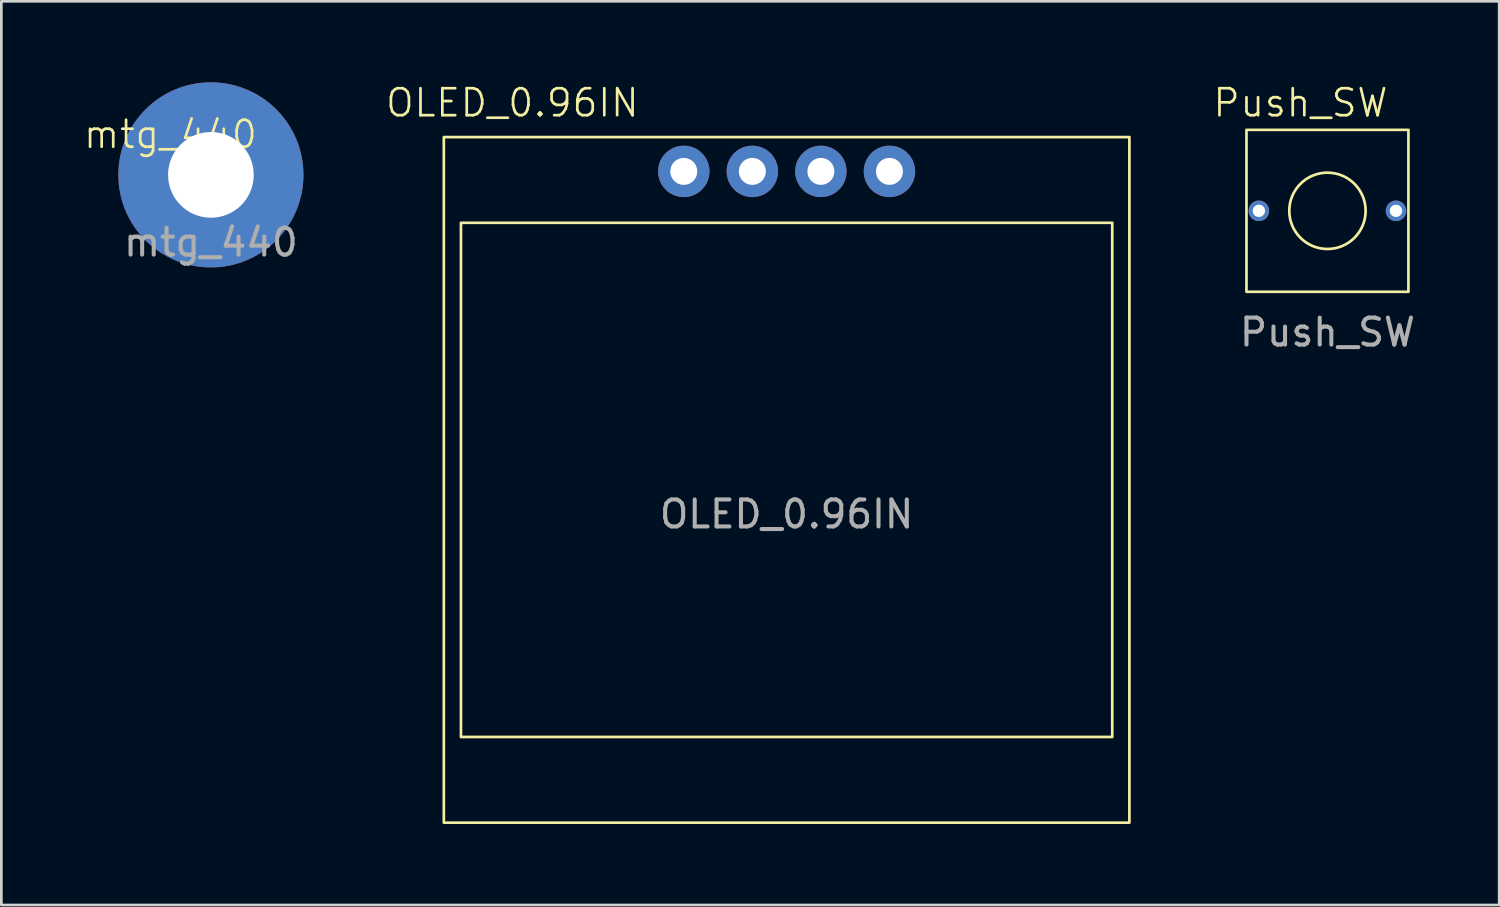
<source format=kicad_pcb>
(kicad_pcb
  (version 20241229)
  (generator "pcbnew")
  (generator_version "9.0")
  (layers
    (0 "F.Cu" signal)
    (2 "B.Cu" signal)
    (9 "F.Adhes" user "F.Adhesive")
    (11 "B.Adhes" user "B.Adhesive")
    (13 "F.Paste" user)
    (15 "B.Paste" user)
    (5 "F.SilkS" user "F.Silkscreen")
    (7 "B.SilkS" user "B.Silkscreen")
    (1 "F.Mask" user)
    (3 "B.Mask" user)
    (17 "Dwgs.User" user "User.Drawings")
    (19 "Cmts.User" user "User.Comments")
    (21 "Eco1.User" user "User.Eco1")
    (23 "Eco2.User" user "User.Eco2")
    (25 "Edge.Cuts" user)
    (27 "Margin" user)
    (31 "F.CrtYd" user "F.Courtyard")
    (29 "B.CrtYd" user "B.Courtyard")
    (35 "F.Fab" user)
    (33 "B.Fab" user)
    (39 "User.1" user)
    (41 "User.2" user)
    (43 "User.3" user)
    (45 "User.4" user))
  (footprint "Push_SW"
    (layer "F.Cu")
    (at 46.132 4.761)
    (property "Reference" "Push_SW" (at -1 -4 0) (unlocked yes) (layer "F.SilkS") (effects (font (size 1 1) (thickness 0.1))))
    (attr through_hole)
    (fp_rect (start -3 -3) (end 3 3) (stroke (width 0.1) (type default)) (fill no) (layer "F.SilkS"))
    (fp_circle (center 0 0) (end 1 1) (stroke (width 0.1) (type default)) (fill no) (layer "F.SilkS"))
    (fp_text user "${REFERENCE}" (at 0 4.5 0) (unlocked yes) (layer "F.Fab") (effects (font (size 1 1) (thickness 0.15))))
    (pad "1" thru_hole circle (at -2.54 0) (size 0.762 0.762) (drill 0.457) (layers "*.Cu" "*.Mask"))
    (pad "2" thru_hole circle (at 2.54 0) (size 0.762 0.762) (drill 0.457) (layers "*.Cu" "*.Mask")))
  (footprint "mtg_440"
    (layer "F.Cu")
    (at 4.764 3.429)
    (property "Reference" "mtg_440" (at -1.5 -1.5 0) (unlocked yes) (layer "F.SilkS") (effects (font (size 1 1) (thickness 0.1))))
    (attr through_hole exclude_from_bom dnp)
    (fp_text user "${REFERENCE}" (at 0 2.5 0) (unlocked yes) (layer "F.Fab") (effects (font (size 1 1) (thickness 0.15))))
    (pad "1" thru_hole circle (at 0 0) (size 6.858 6.858) (drill 3.175) (layers "*.Cu" "*.Mask")))
  (footprint "OLED_0.96IN"
    (layer "F.Cu")
    (at 22.284 3.3)
    (property "Reference" "OLED_0.96IN" (at -6.35 -2.54 0) (unlocked yes) (layer "F.SilkS") (effects (font (size 1 1) (thickness 0.1))))
    (attr through_hole)
    (fp_rect (start -8.89 -1.27) (end 16.51 24.13) (stroke (width 0.1) (type default)) (fill no) (layer "F.SilkS"))
    (fp_rect (start -8.255 1.905) (end 15.875 20.955) (stroke (width 0.1) (type default)) (fill no) (layer "F.SilkS"))
    (fp_text user "${REFERENCE}" (at 3.81 12.7 0) (unlocked yes) (layer "F.Fab") (effects (font (size 1 1) (thickness 0.15))))
    (pad "1" thru_hole circle (at 0 0) (size 1.905 1.905) (drill 1) (layers "*.Cu" "*.Mask"))
    (pad "2" thru_hole circle (at 2.54 0) (size 1.905 1.905) (drill 1) (layers "*.Cu" "*.Mask"))
    (pad "3" thru_hole circle (at 5.08 0) (size 1.905 1.905) (drill 1) (layers "*.Cu" "*.Mask"))
    (pad "4" thru_hole circle (at 7.62 0) (size 1.905 1.905) (drill 1) (layers "*.Cu" "*.Mask")))
  (gr_rect
    (start -3 -3)
    (end 52.495 30.48)
    (stroke (width 0.1) (type default))
    (fill no)
    (layer "Edge.Cuts")))
</source>
